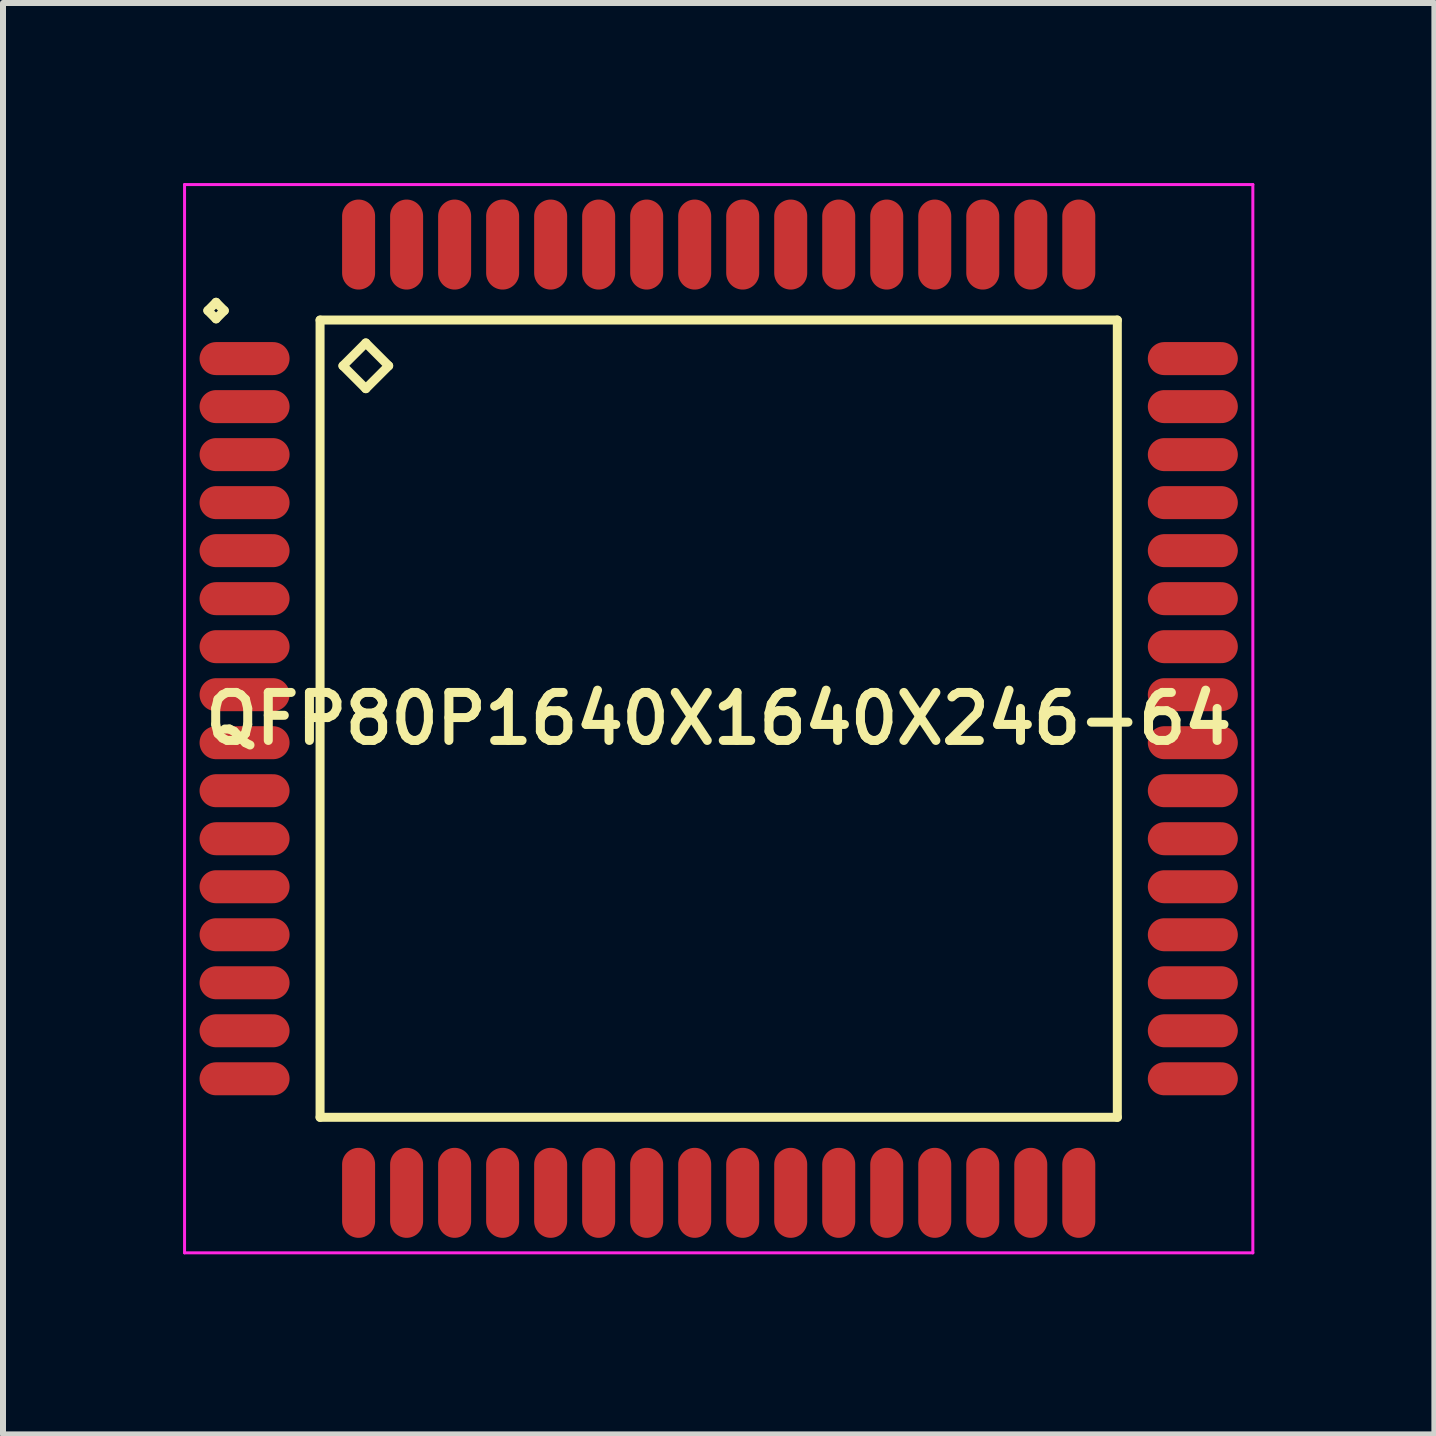
<source format=kicad_pcb>
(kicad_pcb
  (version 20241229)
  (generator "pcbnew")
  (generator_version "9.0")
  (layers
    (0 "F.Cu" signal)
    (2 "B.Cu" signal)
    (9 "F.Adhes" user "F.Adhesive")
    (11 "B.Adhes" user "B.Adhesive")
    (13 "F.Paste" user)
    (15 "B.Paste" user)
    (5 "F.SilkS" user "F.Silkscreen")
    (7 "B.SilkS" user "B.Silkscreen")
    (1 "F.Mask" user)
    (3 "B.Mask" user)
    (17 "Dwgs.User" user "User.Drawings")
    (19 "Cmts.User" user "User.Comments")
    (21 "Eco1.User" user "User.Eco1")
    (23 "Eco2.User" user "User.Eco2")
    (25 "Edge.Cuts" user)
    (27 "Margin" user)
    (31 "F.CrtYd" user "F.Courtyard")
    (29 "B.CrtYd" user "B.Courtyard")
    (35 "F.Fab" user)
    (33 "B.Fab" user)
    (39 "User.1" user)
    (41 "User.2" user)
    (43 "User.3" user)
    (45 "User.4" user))
  (footprint "QFP80P1640X1640X246-64"
    (layer "F.Cu")
    (at 8.925 8.925)
    (property "Reference" "QFP80P1640X1640X246-64" (at 0 0 0) (layer "F.SilkS") (effects (font (size 0.8 0.8) (thickness 0.15))))
    (attr smd)
    (fp_line (start -8.512 -6.8) (end -8.375 -6.938) (stroke (width 0.15) (type solid)) (layer "F.SilkS"))
    (fp_line (start -8.375 -6.938) (end -8.238 -6.8) (stroke (width 0.15) (type solid)) (layer "F.SilkS"))
    (fp_line (start -8.375 -6.662) (end -8.512 -6.8) (stroke (width 0.15) (type solid)) (layer "F.SilkS"))
    (fp_line (start -8.238 -6.8) (end -8.375 -6.662) (stroke (width 0.15) (type solid)) (layer "F.SilkS"))
    (fp_line (start -6.642 -6.642) (end -6.642 6.642) (stroke (width 0.15) (type solid)) (layer "F.SilkS"))
    (fp_line (start -6.642 6.642) (end 6.642 6.642) (stroke (width 0.15) (type solid)) (layer "F.SilkS"))
    (fp_line (start -6.261 -5.88) (end -5.88 -6.261) (stroke (width 0.15) (type solid)) (layer "F.SilkS"))
    (fp_line (start -5.88 -6.261) (end -5.499 -5.88) (stroke (width 0.15) (type solid)) (layer "F.SilkS"))
    (fp_line (start -5.88 -5.499) (end -6.261 -5.88) (stroke (width 0.15) (type solid)) (layer "F.SilkS"))
    (fp_line (start -5.499 -5.88) (end -5.88 -5.499) (stroke (width 0.15) (type solid)) (layer "F.SilkS"))
    (fp_line (start 6.642 -6.642) (end -6.642 -6.642) (stroke (width 0.15) (type solid)) (layer "F.SilkS"))
    (fp_line (start 6.642 6.642) (end 6.642 -6.642) (stroke (width 0.15) (type solid)) (layer "F.SilkS"))
    (fp_line (start -8.9 -8.9) (end 8.9 -8.9) (stroke (width 0.05) (type solid)) (layer "F.CrtYd"))
    (fp_line (start -8.9 8.9) (end -8.9 -8.9) (stroke (width 0.05) (type solid)) (layer "F.CrtYd"))
    (fp_line (start 8.9 -8.9) (end 8.9 8.9) (stroke (width 0.05) (type solid)) (layer "F.CrtYd"))
    (fp_line (start 8.9 8.9) (end -8.9 8.9) (stroke (width 0.05) (type solid)) (layer "F.CrtYd"))
    (pad "1" smd oval (at -7.9 -6) (size 1.5 0.55) (layers "F.Cu" "F.Mask" "F.Paste"))
    (pad "2" smd oval (at -7.9 -5.2) (size 1.5 0.55) (layers "F.Cu" "F.Mask" "F.Paste"))
    (pad "3" smd oval (at -7.9 -4.4) (size 1.5 0.55) (layers "F.Cu" "F.Mask" "F.Paste"))
    (pad "4" smd oval (at -7.9 -3.6) (size 1.5 0.55) (layers "F.Cu" "F.Mask" "F.Paste"))
    (pad "5" smd oval (at -7.9 -2.8) (size 1.5 0.55) (layers "F.Cu" "F.Mask" "F.Paste"))
    (pad "6" smd oval (at -7.9 -2) (size 1.5 0.55) (layers "F.Cu" "F.Mask" "F.Paste"))
    (pad "7" smd oval (at -7.9 -1.2) (size 1.5 0.55) (layers "F.Cu" "F.Mask" "F.Paste"))
    (pad "8" smd oval (at -7.9 -0.4) (size 1.5 0.55) (layers "F.Cu" "F.Mask" "F.Paste"))
    (pad "9" smd oval (at -7.9 0.4) (size 1.5 0.55) (layers "F.Cu" "F.Mask" "F.Paste"))
    (pad "10" smd oval (at -7.9 1.2) (size 1.5 0.55) (layers "F.Cu" "F.Mask" "F.Paste"))
    (pad "11" smd oval (at -7.9 2) (size 1.5 0.55) (layers "F.Cu" "F.Mask" "F.Paste"))
    (pad "12" smd oval (at -7.9 2.8) (size 1.5 0.55) (layers "F.Cu" "F.Mask" "F.Paste"))
    (pad "13" smd oval (at -7.9 3.6) (size 1.5 0.55) (layers "F.Cu" "F.Mask" "F.Paste"))
    (pad "14" smd oval (at -7.9 4.4) (size 1.5 0.55) (layers "F.Cu" "F.Mask" "F.Paste"))
    (pad "15" smd oval (at -7.9 5.2) (size 1.5 0.55) (layers "F.Cu" "F.Mask" "F.Paste"))
    (pad "16" smd oval (at -7.9 6) (size 1.5 0.55) (layers "F.Cu" "F.Mask" "F.Paste"))
    (pad "17" smd oval (at -6 7.9) (size 0.55 1.5) (layers "F.Cu" "F.Mask" "F.Paste"))
    (pad "18" smd oval (at -5.2 7.9) (size 0.55 1.5) (layers "F.Cu" "F.Mask" "F.Paste"))
    (pad "19" smd oval (at -4.4 7.9) (size 0.55 1.5) (layers "F.Cu" "F.Mask" "F.Paste"))
    (pad "20" smd oval (at -3.6 7.9) (size 0.55 1.5) (layers "F.Cu" "F.Mask" "F.Paste"))
    (pad "21" smd oval (at -2.8 7.9) (size 0.55 1.5) (layers "F.Cu" "F.Mask" "F.Paste"))
    (pad "22" smd oval (at -2 7.9) (size 0.55 1.5) (layers "F.Cu" "F.Mask" "F.Paste"))
    (pad "23" smd oval (at -1.2 7.9) (size 0.55 1.5) (layers "F.Cu" "F.Mask" "F.Paste"))
    (pad "24" smd oval (at -0.4 7.9) (size 0.55 1.5) (layers "F.Cu" "F.Mask" "F.Paste"))
    (pad "25" smd oval (at 0.4 7.9) (size 0.55 1.5) (layers "F.Cu" "F.Mask" "F.Paste"))
    (pad "26" smd oval (at 1.2 7.9) (size 0.55 1.5) (layers "F.Cu" "F.Mask" "F.Paste"))
    (pad "27" smd oval (at 2 7.9) (size 0.55 1.5) (layers "F.Cu" "F.Mask" "F.Paste"))
    (pad "28" smd oval (at 2.8 7.9) (size 0.55 1.5) (layers "F.Cu" "F.Mask" "F.Paste"))
    (pad "29" smd oval (at 3.6 7.9) (size 0.55 1.5) (layers "F.Cu" "F.Mask" "F.Paste"))
    (pad "30" smd oval (at 4.4 7.9) (size 0.55 1.5) (layers "F.Cu" "F.Mask" "F.Paste"))
    (pad "31" smd oval (at 5.2 7.9) (size 0.55 1.5) (layers "F.Cu" "F.Mask" "F.Paste"))
    (pad "32" smd oval (at 6 7.9) (size 0.55 1.5) (layers "F.Cu" "F.Mask" "F.Paste"))
    (pad "33" smd oval (at 7.9 6) (size 1.5 0.55) (layers "F.Cu" "F.Mask" "F.Paste"))
    (pad "34" smd oval (at 7.9 5.2) (size 1.5 0.55) (layers "F.Cu" "F.Mask" "F.Paste"))
    (pad "35" smd oval (at 7.9 4.4) (size 1.5 0.55) (layers "F.Cu" "F.Mask" "F.Paste"))
    (pad "36" smd oval (at 7.9 3.6) (size 1.5 0.55) (layers "F.Cu" "F.Mask" "F.Paste"))
    (pad "37" smd oval (at 7.9 2.8) (size 1.5 0.55) (layers "F.Cu" "F.Mask" "F.Paste"))
    (pad "38" smd oval (at 7.9 2) (size 1.5 0.55) (layers "F.Cu" "F.Mask" "F.Paste"))
    (pad "39" smd oval (at 7.9 1.2) (size 1.5 0.55) (layers "F.Cu" "F.Mask" "F.Paste"))
    (pad "40" smd oval (at 7.9 0.4) (size 1.5 0.55) (layers "F.Cu" "F.Mask" "F.Paste"))
    (pad "41" smd oval (at 7.9 -0.4) (size 1.5 0.55) (layers "F.Cu" "F.Mask" "F.Paste"))
    (pad "42" smd oval (at 7.9 -1.2) (size 1.5 0.55) (layers "F.Cu" "F.Mask" "F.Paste"))
    (pad "43" smd oval (at 7.9 -2) (size 1.5 0.55) (layers "F.Cu" "F.Mask" "F.Paste"))
    (pad "44" smd oval (at 7.9 -2.8) (size 1.5 0.55) (layers "F.Cu" "F.Mask" "F.Paste"))
    (pad "45" smd oval (at 7.9 -3.6) (size 1.5 0.55) (layers "F.Cu" "F.Mask" "F.Paste"))
    (pad "46" smd oval (at 7.9 -4.4) (size 1.5 0.55) (layers "F.Cu" "F.Mask" "F.Paste"))
    (pad "47" smd oval (at 7.9 -5.2) (size 1.5 0.55) (layers "F.Cu" "F.Mask" "F.Paste"))
    (pad "48" smd oval (at 7.9 -6) (size 1.5 0.55) (layers "F.Cu" "F.Mask" "F.Paste"))
    (pad "49" smd oval (at 6 -7.9) (size 0.55 1.5) (layers "F.Cu" "F.Mask" "F.Paste"))
    (pad "50" smd oval (at 5.2 -7.9) (size 0.55 1.5) (layers "F.Cu" "F.Mask" "F.Paste"))
    (pad "51" smd oval (at 4.4 -7.9) (size 0.55 1.5) (layers "F.Cu" "F.Mask" "F.Paste"))
    (pad "52" smd oval (at 3.6 -7.9) (size 0.55 1.5) (layers "F.Cu" "F.Mask" "F.Paste"))
    (pad "53" smd oval (at 2.8 -7.9) (size 0.55 1.5) (layers "F.Cu" "F.Mask" "F.Paste"))
    (pad "54" smd oval (at 2 -7.9) (size 0.55 1.5) (layers "F.Cu" "F.Mask" "F.Paste"))
    (pad "55" smd oval (at 1.2 -7.9) (size 0.55 1.5) (layers "F.Cu" "F.Mask" "F.Paste"))
    (pad "56" smd oval (at 0.4 -7.9) (size 0.55 1.5) (layers "F.Cu" "F.Mask" "F.Paste"))
    (pad "57" smd oval (at -0.4 -7.9) (size 0.55 1.5) (layers "F.Cu" "F.Mask" "F.Paste"))
    (pad "58" smd oval (at -1.2 -7.9) (size 0.55 1.5) (layers "F.Cu" "F.Mask" "F.Paste"))
    (pad "59" smd oval (at -2 -7.9) (size 0.55 1.5) (layers "F.Cu" "F.Mask" "F.Paste"))
    (pad "60" smd oval (at -2.8 -7.9) (size 0.55 1.5) (layers "F.Cu" "F.Mask" "F.Paste"))
    (pad "61" smd oval (at -3.6 -7.9) (size 0.55 1.5) (layers "F.Cu" "F.Mask" "F.Paste"))
    (pad "62" smd oval (at -4.4 -7.9) (size 0.55 1.5) (layers "F.Cu" "F.Mask" "F.Paste"))
    (pad "63" smd oval (at -5.2 -7.9) (size 0.55 1.5) (layers "F.Cu" "F.Mask" "F.Paste"))
    (pad "64" smd oval (at -6 -7.9) (size 0.55 1.5) (layers "F.Cu" "F.Mask" "F.Paste")))
  (gr_rect
    (start -3 -3)
    (end 20.85 20.85)
    (stroke (width 0.1) (type default))
    (fill no)
    (layer "Edge.Cuts")))
</source>
